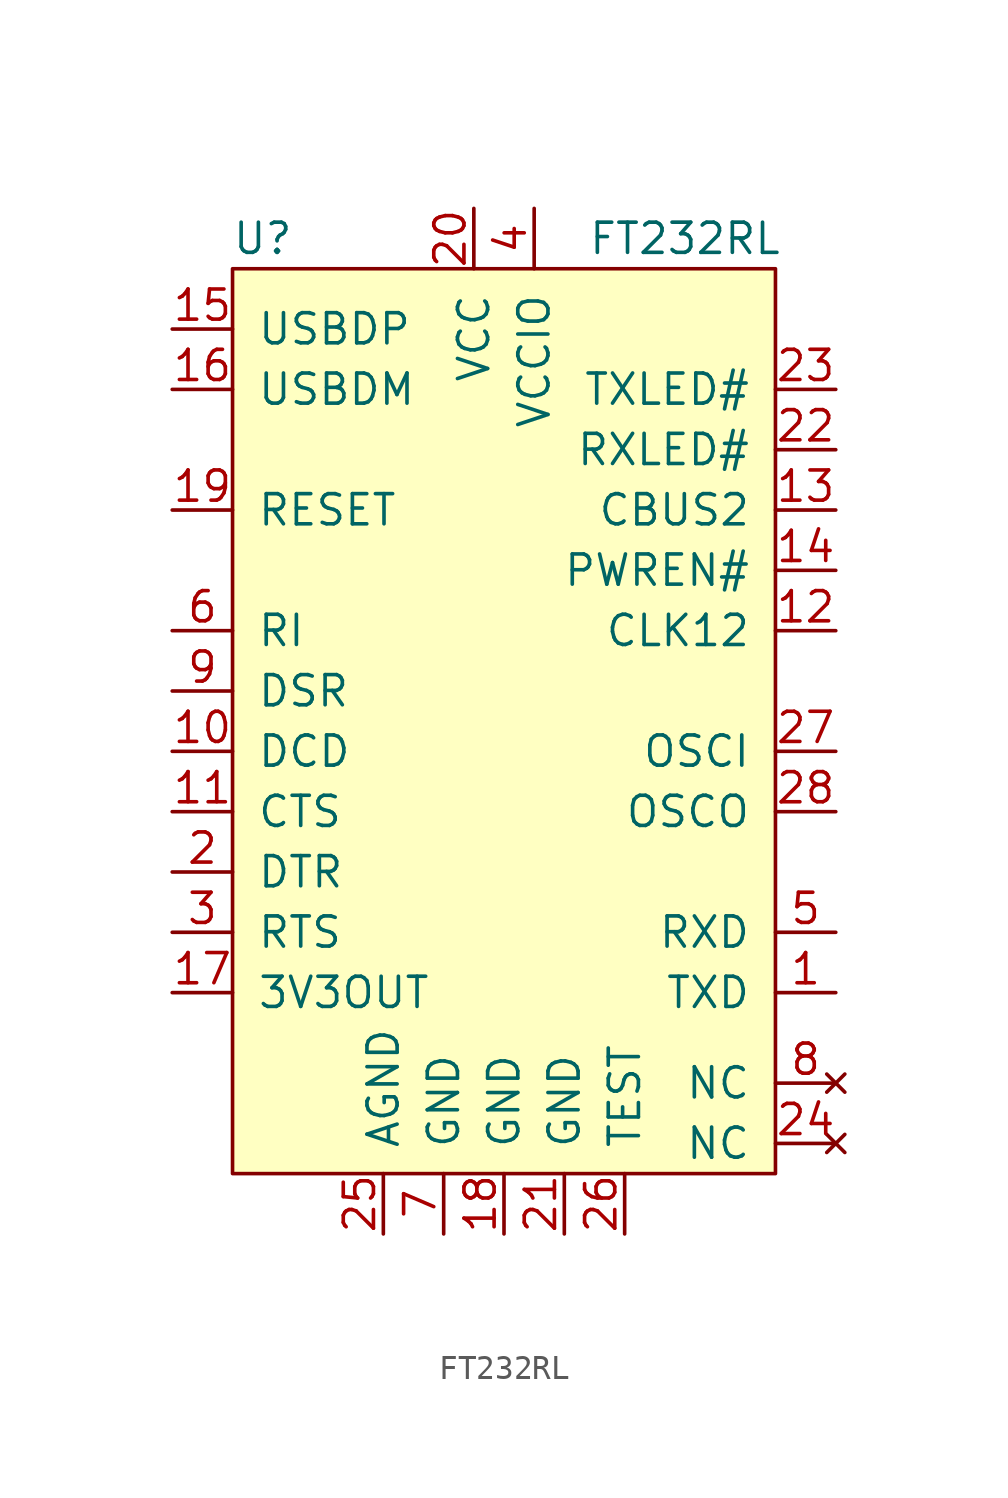
<source format=kicad_sym>
(kicad_symbol_lib
  (version 20201005)
  (generator kicad_symbol_editor)
  (symbol "FT232RL"
    (pin_names
      (offset 1.016))
    (property "Reference" "U"
      (at -10.16 -10.16 0)
      (effects (font (size 1.27 1.27))))
    (property "Value" "FT232RL"
      (at 7.62 -10.16 0)
      (effects (font (size 1.27 1.27))))
    (symbol "FT232RL_1_1"
      (rectangle (start -11.43 -11.43) (end 11.43 -49.53) (stroke (width 0)) (fill (type background)))
      (pin output line (at 13.97 -41.91 180) (length 2.54) (name "TXD" (effects (font (size 1.27 1.27)))) (number "1" (effects (font (size 1.27 1.27)))))
      (pin input line (at -13.97 -31.75 0) (length 2.54) (name "DCD" (effects (font (size 1.27 1.27)))) (number "10" (effects (font (size 1.27 1.27)))))
      (pin input line (at -13.97 -34.29 0) (length 2.54) (name "CTS" (effects (font (size 1.27 1.27)))) (number "11" (effects (font (size 1.27 1.27)))))
      (pin bidirectional line (at 13.97 -26.67 180) (length 2.54) (name "CLK12" (effects (font (size 1.27 1.27)))) (number "12" (effects (font (size 1.27 1.27)))))
      (pin bidirectional line (at 13.97 -21.59 180) (length 2.54) (name "CBUS2" (effects (font (size 1.27 1.27)))) (number "13" (effects (font (size 1.27 1.27)))))
      (pin bidirectional line (at 13.97 -24.13 180) (length 2.54) (name "PWREN#" (effects (font (size 1.27 1.27)))) (number "14" (effects (font (size 1.27 1.27)))))
      (pin bidirectional line (at -13.97 -13.97 0) (length 2.54) (name "USBDP" (effects (font (size 1.27 1.27)))) (number "15" (effects (font (size 1.27 1.27)))))
      (pin bidirectional line (at -13.97 -16.51 0) (length 2.54) (name "USBDM" (effects (font (size 1.27 1.27)))) (number "16" (effects (font (size 1.27 1.27)))))
      (pin passive line (at -13.97 -41.91 0) (length 2.54) (name "3V3OUT" (effects (font (size 1.27 1.27)))) (number "17" (effects (font (size 1.27 1.27)))))
      (pin power_in line (at 0 -52.07 90) (length 2.54) (name "GND" (effects (font (size 1.27 1.27)))) (number "18" (effects (font (size 1.27 1.27)))))
      (pin input line (at -13.97 -21.59 0) (length 2.54) (name "RESET" (effects (font (size 1.27 1.27)))) (number "19" (effects (font (size 1.27 1.27)))))
      (pin output line (at -13.97 -36.83 0) (length 2.54) (name "DTR" (effects (font (size 1.27 1.27)))) (number "2" (effects (font (size 1.27 1.27)))))
      (pin power_in line (at -1.27 -8.89 270) (length 2.54) (name "VCC" (effects (font (size 1.27 1.27)))) (number "20" (effects (font (size 1.27 1.27)))))
      (pin power_in line (at 2.54 -52.07 90) (length 2.54) (name "GND" (effects (font (size 1.27 1.27)))) (number "21" (effects (font (size 1.27 1.27)))))
      (pin bidirectional line (at 13.97 -19.05 180) (length 2.54) (name "RXLED#" (effects (font (size 1.27 1.27)))) (number "22" (effects (font (size 1.27 1.27)))))
      (pin bidirectional line (at 13.97 -16.51 180) (length 2.54) (name "TXLED#" (effects (font (size 1.27 1.27)))) (number "23" (effects (font (size 1.27 1.27)))))
      (pin no_connect line (at 13.97 -48.26 180) (length 2.54) (name "NC" (effects (font (size 1.27 1.27)))) (number "24" (effects (font (size 1.27 1.27)))))
      (pin power_in line (at -5.08 -52.07 90) (length 2.54) (name "AGND" (effects (font (size 1.27 1.27)))) (number "25" (effects (font (size 1.27 1.27)))))
      (pin power_in line (at 5.08 -52.07 90) (length 2.54) (name "TEST" (effects (font (size 1.27 1.27)))) (number "26" (effects (font (size 1.27 1.27)))))
      (pin input line (at 13.97 -31.75 180) (length 2.54) (name "OSCI" (effects (font (size 1.27 1.27)))) (number "27" (effects (font (size 1.27 1.27)))))
      (pin output line (at 13.97 -34.29 180) (length 2.54) (name "OSCO" (effects (font (size 1.27 1.27)))) (number "28" (effects (font (size 1.27 1.27)))))
      (pin output line (at -13.97 -39.37 0) (length 2.54) (name "RTS" (effects (font (size 1.27 1.27)))) (number "3" (effects (font (size 1.27 1.27)))))
      (pin input line (at 1.27 -8.89 270) (length 2.54) (name "VCCIO" (effects (font (size 1.27 1.27)))) (number "4" (effects (font (size 1.27 1.27)))))
      (pin input line (at 13.97 -39.37 180) (length 2.54) (name "RXD" (effects (font (size 1.27 1.27)))) (number "5" (effects (font (size 1.27 1.27)))))
      (pin input line (at -13.97 -26.67 0) (length 2.54) (name "RI" (effects (font (size 1.27 1.27)))) (number "6" (effects (font (size 1.27 1.27)))))
      (pin power_in line (at -2.54 -52.07 90) (length 2.54) (name "GND" (effects (font (size 1.27 1.27)))) (number "7" (effects (font (size 1.27 1.27)))))
      (pin no_connect line (at 13.97 -45.72 180) (length 2.54) (name "NC" (effects (font (size 1.27 1.27)))) (number "8" (effects (font (size 1.27 1.27)))))
      (pin input line (at -13.97 -29.21 0) (length 2.54) (name "DSR" (effects (font (size 1.27 1.27)))) (number "9" (effects (font (size 1.27 1.27))))))))
</source>
